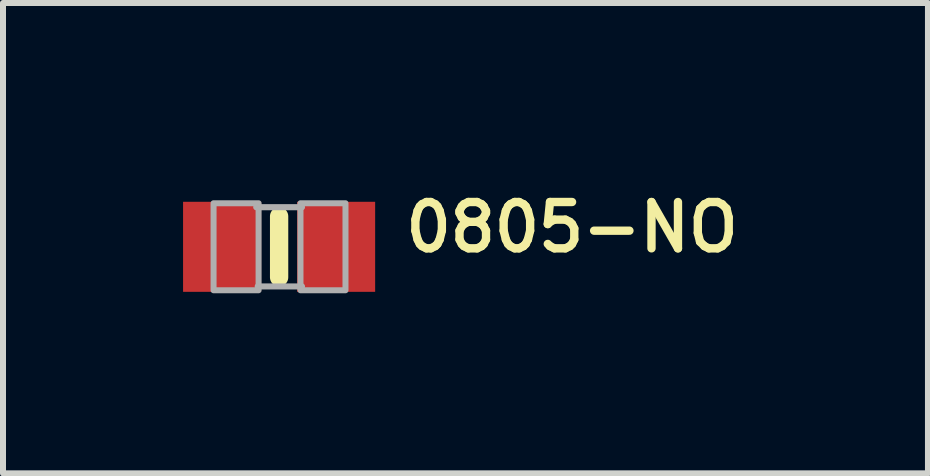
<source format=kicad_pcb>
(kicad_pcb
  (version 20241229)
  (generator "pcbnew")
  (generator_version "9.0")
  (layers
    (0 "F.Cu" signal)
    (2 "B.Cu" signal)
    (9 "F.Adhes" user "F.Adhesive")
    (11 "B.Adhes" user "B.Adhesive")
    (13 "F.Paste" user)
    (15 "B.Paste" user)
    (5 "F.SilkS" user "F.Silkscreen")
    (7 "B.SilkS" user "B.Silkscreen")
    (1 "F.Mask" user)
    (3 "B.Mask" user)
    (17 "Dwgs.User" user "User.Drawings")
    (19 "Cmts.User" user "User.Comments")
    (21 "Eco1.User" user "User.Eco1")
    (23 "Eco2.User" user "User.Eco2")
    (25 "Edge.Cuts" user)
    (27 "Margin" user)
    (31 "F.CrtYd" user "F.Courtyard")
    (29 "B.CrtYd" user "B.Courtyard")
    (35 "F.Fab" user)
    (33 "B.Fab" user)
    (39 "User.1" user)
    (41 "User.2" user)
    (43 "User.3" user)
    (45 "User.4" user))
  (footprint "0805-NO"
    (layer "F.Cu")
    (at 1.6 1.062)
    (property "Reference" "0805-NO" (at 2.032 0.127 180) (layer "F.SilkS") (effects (font (size 0.772 0.772) (thickness 0.139)) (justify left bottom)))
    (attr through_hole)
    (fp_line (start 0 -0.508) (end 0 0.508) (stroke (width 0.305) (type solid)) (layer "F.SilkS"))
    (fp_line (start -0.381 -0.66) (end 0.381 -0.66) (stroke (width 0.102) (type solid)) (layer "F.Fab"))
    (fp_line (start -0.356 0.66) (end 0.381 0.66) (stroke (width 0.102) (type solid)) (layer "F.Fab"))
    (fp_poly (pts (xy -1.092 0.724) (xy -0.342 0.724) (xy -0.342 -0.726) (xy -1.092 -0.726)) (stroke (width 0.1) (type solid)) (fill no) (layer "F.Fab"))
    (fp_poly (pts (xy 0.356 0.724) (xy 1.106 0.724) (xy 1.106 -0.726) (xy 0.356 -0.726)) (stroke (width 0.1) (type solid)) (fill no) (layer "F.Fab"))
    (pad "1" smd rect (at -0.95 0) (size 1.3 1.5) (layers "F.Cu" "F.Mask" "F.Paste"))
    (pad "2" smd rect (at 0.95 0) (size 1.3 1.5) (layers "F.Cu" "F.Mask" "F.Paste")))
  (gr_rect
    (start -3 -3)
    (end 12.41 4.836)
    (stroke (width 0.1) (type default))
    (fill no)
    (layer "Edge.Cuts")))
</source>
